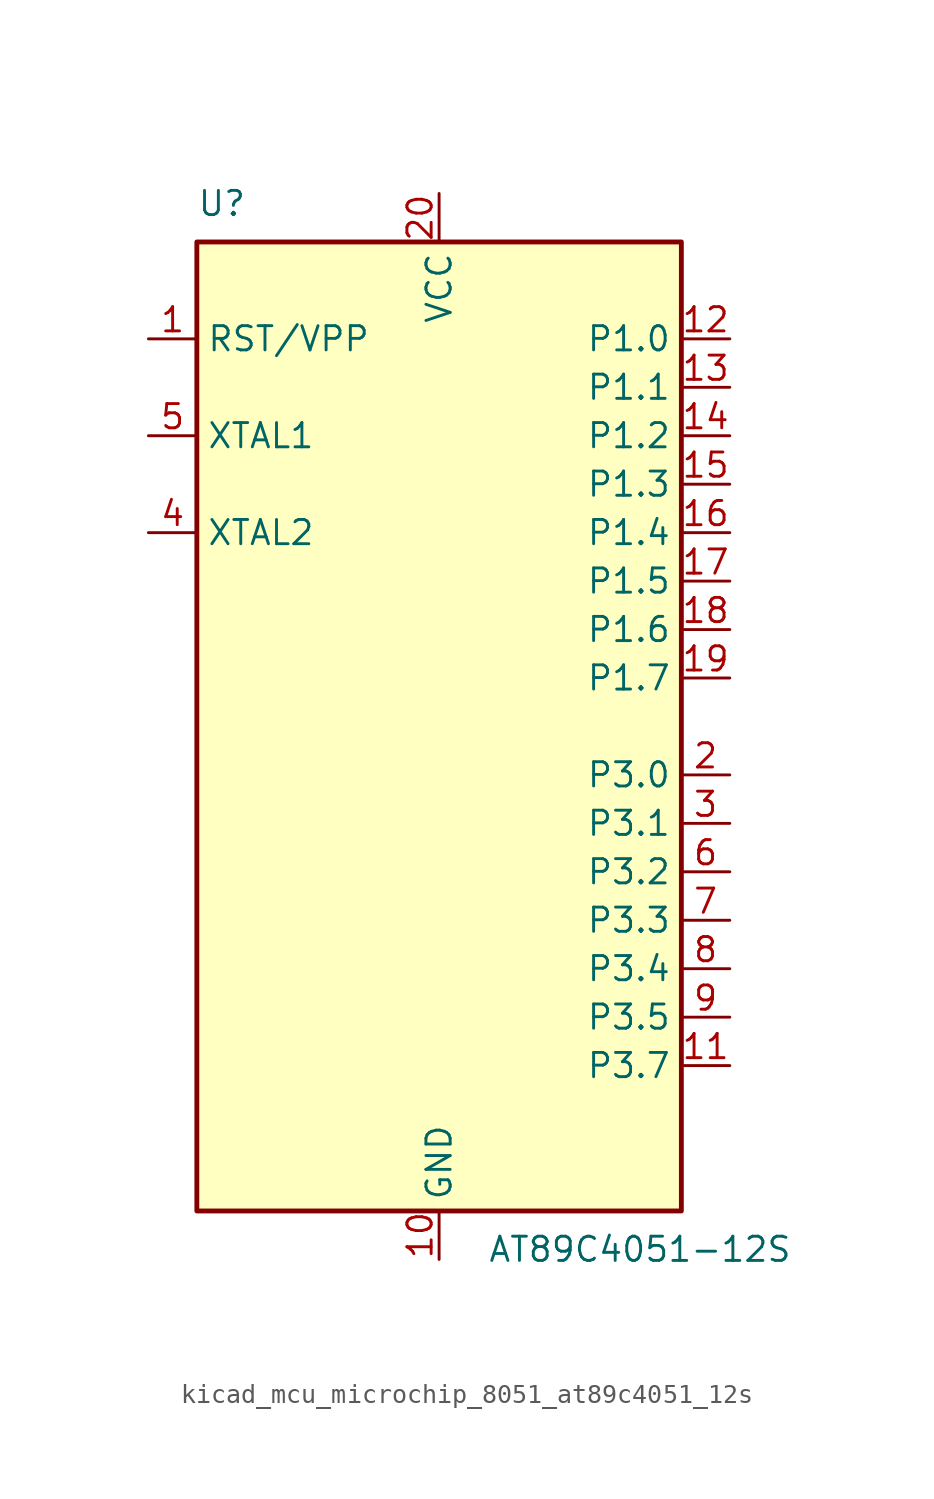
<source format=kicad_sym>
(kicad_symbol_lib
  (version 20220914)
  (generator kicad_symbol_editor)
  (symbol "kicad_mcu_microchip_8051_at89c4051_12s"
    (property "Reference" "U"
      (at -12.7 26.67 0)
      (effects (font (size 1.27 1.27)) (justify left bottom)))
    (property "Value" "AT89C4051-12S"
      (at 2.54 -26.67 0)
      (effects (font (size 1.27 1.27)) (justify left top)))
    (symbol "kicad_mcu_microchip_8051_at89c4051_12s_0_1"
      (rectangle (start -12.7 -25.4) (end 12.7 25.4) (stroke (width 0.254) (type default)) (fill (type background))))
    (symbol "kicad_mcu_microchip_8051_at89c4051_12s_1_1"
      (pin input line (at -15.24 20.32 0) (length 2.54) (name "RST/VPP" (effects (font (size 1.27 1.27)))) (number "1" (effects (font (size 1.27 1.27)))))
      (pin power_in line (at 0 -27.94 90) (length 2.54) (name "GND" (effects (font (size 1.27 1.27)))) (number "10" (effects (font (size 1.27 1.27)))))
      (pin bidirectional line (at 15.24 -17.78 180) (length 2.54) (name "P3.7" (effects (font (size 1.27 1.27)))) (number "11" (effects (font (size 1.27 1.27)))))
      (pin bidirectional line (at 15.24 20.32 180) (length 2.54) (name "P1.0" (effects (font (size 1.27 1.27)))) (number "12" (effects (font (size 1.27 1.27)))))
      (pin bidirectional line (at 15.24 17.78 180) (length 2.54) (name "P1.1" (effects (font (size 1.27 1.27)))) (number "13" (effects (font (size 1.27 1.27)))))
      (pin bidirectional line (at 15.24 15.24 180) (length 2.54) (name "P1.2" (effects (font (size 1.27 1.27)))) (number "14" (effects (font (size 1.27 1.27)))))
      (pin bidirectional line (at 15.24 12.7 180) (length 2.54) (name "P1.3" (effects (font (size 1.27 1.27)))) (number "15" (effects (font (size 1.27 1.27)))))
      (pin bidirectional line (at 15.24 10.16 180) (length 2.54) (name "P1.4" (effects (font (size 1.27 1.27)))) (number "16" (effects (font (size 1.27 1.27)))))
      (pin bidirectional line (at 15.24 7.62 180) (length 2.54) (name "P1.5" (effects (font (size 1.27 1.27)))) (number "17" (effects (font (size 1.27 1.27)))))
      (pin bidirectional line (at 15.24 5.08 180) (length 2.54) (name "P1.6" (effects (font (size 1.27 1.27)))) (number "18" (effects (font (size 1.27 1.27)))))
      (pin bidirectional line (at 15.24 2.54 180) (length 2.54) (name "P1.7" (effects (font (size 1.27 1.27)))) (number "19" (effects (font (size 1.27 1.27)))))
      (pin bidirectional line (at 15.24 -2.54 180) (length 2.54) (name "P3.0" (effects (font (size 1.27 1.27)))) (number "2" (effects (font (size 1.27 1.27)))))
      (pin power_in line (at 0 27.94 270) (length 2.54) (name "VCC" (effects (font (size 1.27 1.27)))) (number "20" (effects (font (size 1.27 1.27)))))
      (pin bidirectional line (at 15.24 -5.08 180) (length 2.54) (name "P3.1" (effects (font (size 1.27 1.27)))) (number "3" (effects (font (size 1.27 1.27)))))
      (pin output line (at -15.24 10.16 0) (length 2.54) (name "XTAL2" (effects (font (size 1.27 1.27)))) (number "4" (effects (font (size 1.27 1.27)))))
      (pin input line (at -15.24 15.24 0) (length 2.54) (name "XTAL1" (effects (font (size 1.27 1.27)))) (number "5" (effects (font (size 1.27 1.27)))))
      (pin bidirectional line (at 15.24 -7.62 180) (length 2.54) (name "P3.2" (effects (font (size 1.27 1.27)))) (number "6" (effects (font (size 1.27 1.27)))))
      (pin bidirectional line (at 15.24 -10.16 180) (length 2.54) (name "P3.3" (effects (font (size 1.27 1.27)))) (number "7" (effects (font (size 1.27 1.27)))))
      (pin bidirectional line (at 15.24 -12.7 180) (length 2.54) (name "P3.4" (effects (font (size 1.27 1.27)))) (number "8" (effects (font (size 1.27 1.27)))))
      (pin bidirectional line (at 15.24 -15.24 180) (length 2.54) (name "P3.5" (effects (font (size 1.27 1.27)))) (number "9" (effects (font (size 1.27 1.27))))))))
</source>
